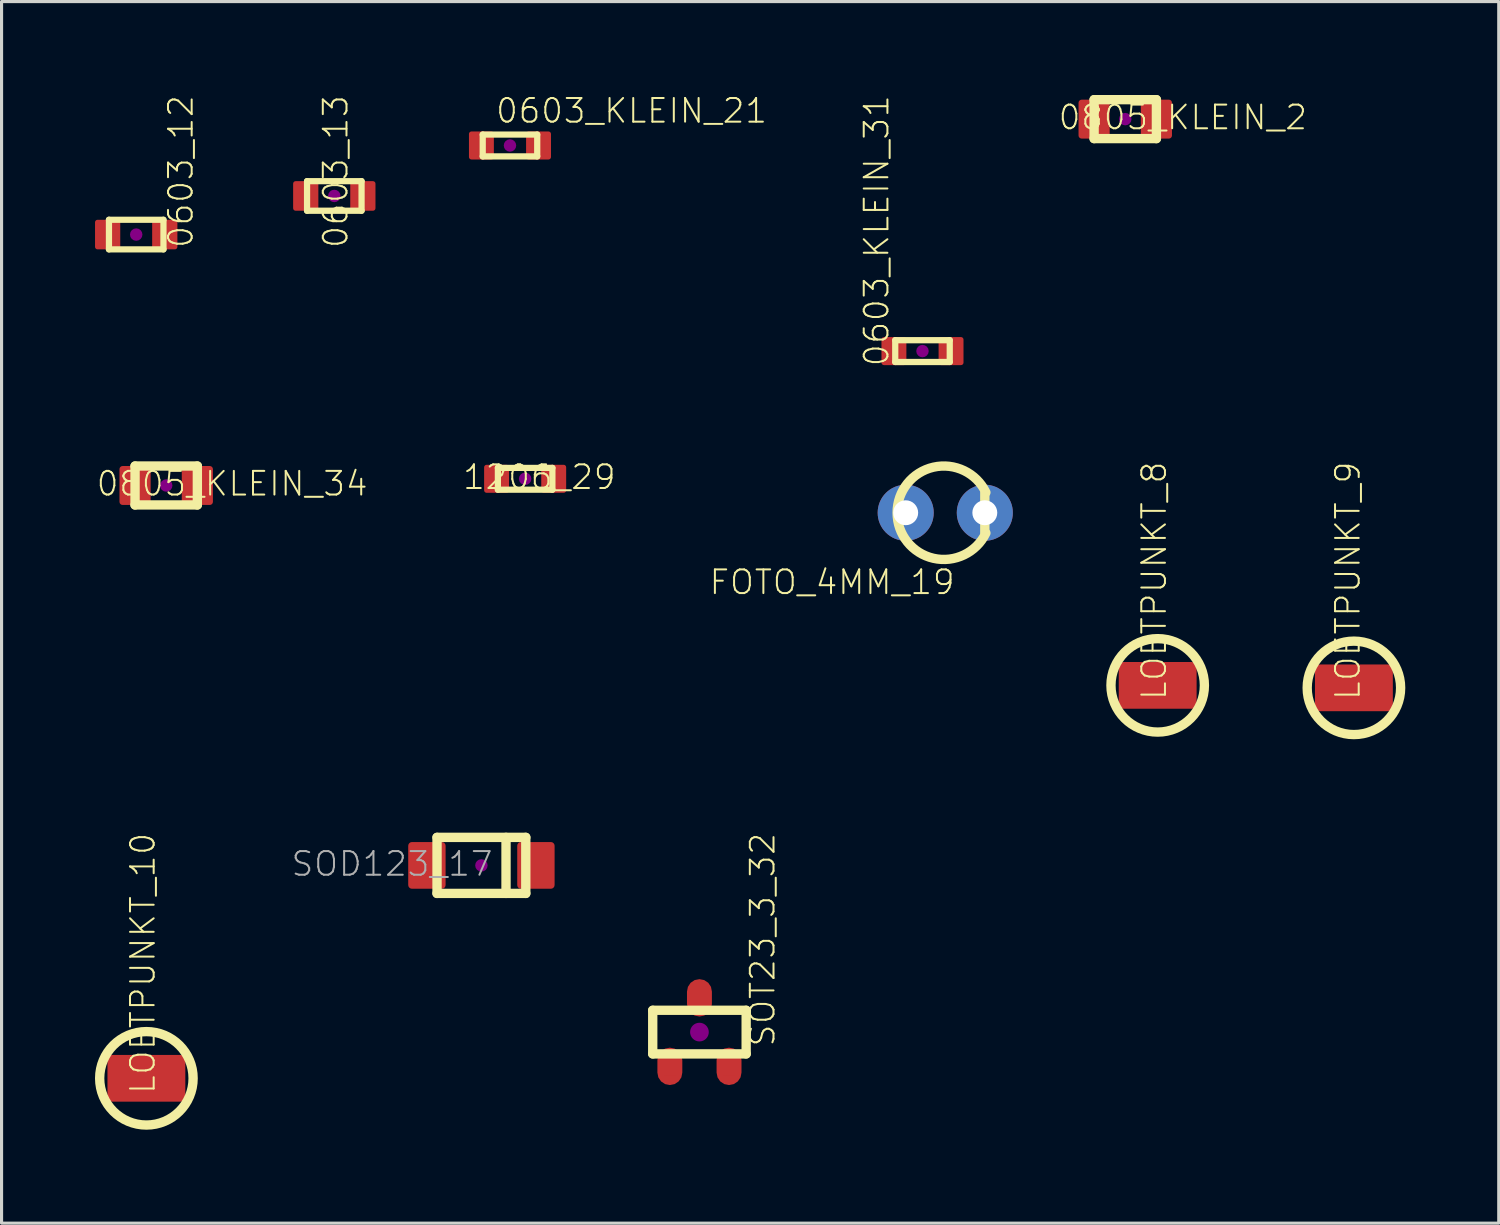
<source format=kicad_pcb>
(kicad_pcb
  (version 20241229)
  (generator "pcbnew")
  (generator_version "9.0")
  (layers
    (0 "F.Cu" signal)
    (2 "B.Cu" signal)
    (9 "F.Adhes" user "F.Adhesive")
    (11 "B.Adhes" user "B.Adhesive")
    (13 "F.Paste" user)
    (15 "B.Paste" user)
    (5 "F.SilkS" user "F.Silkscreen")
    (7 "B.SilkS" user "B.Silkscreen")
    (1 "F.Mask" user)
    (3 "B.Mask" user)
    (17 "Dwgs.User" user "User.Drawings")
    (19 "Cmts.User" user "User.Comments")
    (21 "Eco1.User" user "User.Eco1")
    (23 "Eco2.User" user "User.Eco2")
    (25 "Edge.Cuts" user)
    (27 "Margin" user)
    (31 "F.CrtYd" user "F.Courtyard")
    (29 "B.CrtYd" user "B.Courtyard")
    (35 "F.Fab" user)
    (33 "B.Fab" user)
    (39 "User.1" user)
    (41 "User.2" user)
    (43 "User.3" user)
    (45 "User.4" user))
  (footprint "0603_12"
    (layer "F.Cu")
    (at 1.323 4.481)
    (property "Reference" "0603_12" (at 1.877 0.481 90) (layer "F.SilkS") (effects (font (size 0.76 0.76) (thickness 0.064)) (justify left bottom)))
    (attr through_hole)
    (fp_line (start -0.875 -0.475) (end -0.875 0.475) (stroke (width 0.2) (type solid)) (layer "F.SilkS"))
    (fp_line (start -0.875 0.475) (end 0.875 0.475) (stroke (width 0.2) (type solid)) (layer "F.SilkS"))
    (fp_line (start 0.875 -0.475) (end -0.875 -0.475) (stroke (width 0.2) (type solid)) (layer "F.SilkS"))
    (fp_line (start 0.875 -0.475) (end 0.875 0.475) (stroke (width 0.2) (type solid)) (layer "F.SilkS"))
    (fp_circle (center 0 0) (end 0.1 0) (stroke (width 0.2) (type solid)) (fill no) (layer "F.Adhes"))
    (pad "1" smd roundrect (at -0.917 0 90) (size 0.95 0.81) (layers "F.Cu" "F.Mask" "F.Paste") (roundrect_rratio 0.1))
    (pad "2" smd roundrect (at 0.917 0 90) (size 0.95 0.81) (layers "F.Cu" "F.Mask" "F.Paste") (roundrect_rratio 0.1)))
  (footprint "SOD123_17"
    (layer "F.Cu")
    (at 12.406 24.734)
    (property "Reference" "SOD123_17" (at 0.412 0.396 0) (layer "F.Fab") (effects (font (size 0.76 0.76) (thickness 0.064)) (justify right bottom)))
    (attr through_hole)
    (fp_line (start -1.425 -0.9) (end 1.425 -0.9) (stroke (width 0.3) (type solid)) (layer "F.SilkS"))
    (fp_line (start -1.425 0.9) (end -1.425 -0.9) (stroke (width 0.3) (type solid)) (layer "F.SilkS"))
    (fp_line (start 0.79 -0.9) (end 0.79 0.9) (stroke (width 0.3) (type solid)) (layer "F.SilkS"))
    (fp_line (start 1.425 -0.9) (end 1.425 0.9) (stroke (width 0.3) (type solid)) (layer "F.SilkS"))
    (fp_line (start 1.425 0.9) (end -1.425 0.9) (stroke (width 0.3) (type solid)) (layer "F.SilkS"))
    (fp_circle (center 0 0) (end 0.1 0) (stroke (width 0.2) (type solid)) (fill no) (layer "F.Adhes"))
    (pad "1" smd roundrect (at 1.75 0) (size 1.2 1.5) (layers "F.Cu" "F.Mask" "F.Paste") (roundrect_rratio 0.1))
    (pad "2" smd roundrect (at -1.75 0) (size 1.2 1.5) (layers "F.Cu" "F.Mask" "F.Paste") (roundrect_rratio 0.1)))
  (footprint "LOETPUNKT_8"
    (layer "F.Cu")
    (at 34.118 18.954)
    (property "Reference" "LOETPUNKT_8" (at 0.33 0.52 90) (layer "F.SilkS") (effects (font (size 0.76 0.76) (thickness 0.064)) (justify left bottom)))
    (attr through_hole)
    (fp_circle (center 0 0) (end 1.5 0) (stroke (width 0.3) (type solid)) (fill no) (layer "F.SilkS"))
    (pad "1" smd roundrect (at 0 0) (size 2.5 1.5) (layers "F.Cu" "F.Mask" "F.Paste") (roundrect_rratio 0.1)))
  (footprint "SOT23_3_32"
    (layer "F.Cu")
    (at 19.406 30.086)
    (property "Reference" "SOT23_3_32" (at 2.474 0.514 90) (layer "F.SilkS") (effects (font (size 0.76 0.76) (thickness 0.064)) (justify left bottom)))
    (attr through_hole)
    (fp_poly (pts (xy -1.35 1.3) (xy -1.32 1.453) (xy -1.233 1.583) (xy -1.103 1.67) (xy -0.95 1.7) (xy -0.797 1.67) (xy -0.667 1.583) (xy -0.58 1.453) (xy -0.55 1.3) (xy -0.55 0.9) (xy -0.58 0.747) (xy -0.667 0.617) (xy -0.797 0.53) (xy -0.95 0.5) (xy -1.103 0.53) (xy -1.233 0.617) (xy -1.32 0.747) (xy -1.35 0.9)) (stroke (width 0) (type solid)) (fill yes) (layer "F.Cu"))
    (fp_poly (pts (xy -0.4 -0.9) (xy -0.37 -0.747) (xy -0.283 -0.617) (xy -0.153 -0.53) (xy 0 -0.5) (xy 0.153 -0.53) (xy 0.283 -0.617) (xy 0.37 -0.747) (xy 0.4 -0.9) (xy 0.4 -1.3) (xy 0.37 -1.453) (xy 0.283 -1.583) (xy 0.153 -1.67) (xy 0 -1.7) (xy -0.153 -1.67) (xy -0.283 -1.583) (xy -0.37 -1.453) (xy -0.4 -1.3)) (stroke (width 0) (type solid)) (fill yes) (layer "F.Cu"))
    (fp_poly (pts (xy 0.55 1.3) (xy 0.58 1.453) (xy 0.667 1.583) (xy 0.797 1.67) (xy 0.95 1.7) (xy 1.103 1.67) (xy 1.233 1.583) (xy 1.32 1.453) (xy 1.35 1.3) (xy 1.35 0.9) (xy 1.32 0.747) (xy 1.233 0.617) (xy 1.103 0.53) (xy 0.95 0.5) (xy 0.797 0.53) (xy 0.667 0.617) (xy 0.58 0.747) (xy 0.55 0.9)) (stroke (width 0) (type solid)) (fill yes) (layer "F.Cu"))
    (fp_line (start -1.5 -0.7) (end 1.5 -0.7) (stroke (width 0.3) (type solid)) (layer "F.SilkS"))
    (fp_line (start -1.5 0.7) (end -1.5 -0.7) (stroke (width 0.3) (type solid)) (layer "F.SilkS"))
    (fp_line (start 1.5 -0.7) (end 1.5 0.7) (stroke (width 0.3) (type solid)) (layer "F.SilkS"))
    (fp_line (start 1.5 0.7) (end -1.5 0.7) (stroke (width 0.3) (type solid)) (layer "F.SilkS"))
    (fp_circle (center 0 0) (end 0.15 0) (stroke (width 0.3) (type solid)) (fill no) (layer "F.Adhes"))
    (pad "1" smd rect (at -0.95 1.1) (size 0.4 0.6) (layers "F.Cu" "F.Mask" "F.Paste"))
    (pad "2" smd rect (at 0.95 1.1) (size 0.4 0.6) (layers "F.Cu" "F.Mask" "F.Paste"))
    (pad "3" smd rect (at 0 -1.1) (size 0.4 0.6) (layers "F.Cu" "F.Mask" "F.Paste")))
  (footprint "FOTO_4MM_19"
    (layer "F.Cu")
    (at 27.298 13.412)
    (property "Reference" "FOTO_4MM_19" (at 0.355 2.675 0) (layer "F.SilkS") (effects (font (size 0.76 0.76) (thickness 0.064)) (justify right bottom)))
    (attr through_hole)
    (fp_line (start 1.27 -0.635) (end 1.27 0.635) (stroke (width 0.3) (type solid)) (layer "F.SilkS"))
    (fp_arc (start 1.304933 0.651903) (mid -1.545999 0) (end 1.304933 -0.651904) (stroke (width 0.3) (type solid)) (layer "F.SilkS"))
    (pad "1" thru_hole circle (at -1.27 0) (size 1.8 1.8) (drill 0.8) (layers "*.Cu" "*.Mask"))
    (pad "2" thru_hole circle (at 1.27 0) (size 1.8 1.8) (drill 0.8) (layers "*.Cu" "*.Mask")))
  (footprint "LOETPUNKT_10"
    (layer "F.Cu")
    (at 1.65 31.57)
    (property "Reference" "LOETPUNKT_10" (at 0.33 0.55 90) (layer "F.SilkS") (effects (font (size 0.76 0.76) (thickness 0.064)) (justify left bottom)))
    (attr through_hole)
    (fp_circle (center 0 0) (end 1.5 0) (stroke (width 0.3) (type solid)) (fill no) (layer "F.SilkS"))
    (pad "1" smd roundrect (at 0 0) (size 2.5 1.5) (layers "F.Cu" "F.Mask" "F.Paste") (roundrect_rratio 0.1)))
  (footprint "0805_KLEIN_34"
    (layer "F.Cu")
    (at 2.286 12.537)
    (property "Reference" "0805_KLEIN_34" (at -2.286 0.387 0) (layer "F.SilkS") (effects (font (size 0.76 0.76) (thickness 0.064)) (justify left bottom)))
    (attr through_hole)
    (fp_line (start -1 -0.625) (end 1 -0.625) (stroke (width 0.3) (type solid)) (layer "F.SilkS"))
    (fp_line (start -1 0.625) (end -1 -0.625) (stroke (width 0.3) (type solid)) (layer "F.SilkS"))
    (fp_line (start 1 0.625) (end -1 0.625) (stroke (width 0.3) (type solid)) (layer "F.SilkS"))
    (fp_line (start 1 0.625) (end 1 -0.625) (stroke (width 0.3) (type solid)) (layer "F.SilkS"))
    (fp_circle (center 0 0) (end 0.1 0) (stroke (width 0.2) (type solid)) (fill no) (layer "F.Adhes"))
    (pad "1" smd roundrect (at 1 0 180) (size 1 1.25) (layers "F.Cu" "F.Mask" "F.Paste") (roundrect_rratio 0.1))
    (pad "2" smd roundrect (at -1 0 180) (size 1 1.25) (layers "F.Cu" "F.Mask" "F.Paste") (roundrect_rratio 0.1)))
  (footprint "0603_13"
    (layer "F.Cu")
    (at 7.683 3.241)
    (property "Reference" "0603_13" (at 0.487 1.721 90) (layer "F.SilkS") (effects (font (size 0.76 0.76) (thickness 0.064)) (justify left bottom)))
    (attr through_hole)
    (fp_line (start -0.875 -0.475) (end -0.875 0.475) (stroke (width 0.2) (type solid)) (layer "F.SilkS"))
    (fp_line (start -0.875 0.475) (end 0.875 0.475) (stroke (width 0.2) (type solid)) (layer "F.SilkS"))
    (fp_line (start 0.875 -0.475) (end -0.875 -0.475) (stroke (width 0.2) (type solid)) (layer "F.SilkS"))
    (fp_line (start 0.875 -0.475) (end 0.875 0.475) (stroke (width 0.2) (type solid)) (layer "F.SilkS"))
    (fp_circle (center 0 0) (end 0.1 0) (stroke (width 0.2) (type solid)) (fill no) (layer "F.Adhes"))
    (pad "1" smd roundrect (at -0.917 0 90) (size 0.95 0.81) (layers "F.Cu" "F.Mask" "F.Paste") (roundrect_rratio 0.1))
    (pad "2" smd roundrect (at 0.917 0 90) (size 0.95 0.81) (layers "F.Cu" "F.Mask" "F.Paste") (roundrect_rratio 0.1)))
  (footprint "LOETPUNKT_9"
    (layer "F.Cu")
    (at 40.418 19.034)
    (property "Reference" "LOETPUNKT_9" (at 0.25 0.44 90) (layer "F.SilkS") (effects (font (size 0.76 0.76) (thickness 0.064)) (justify left bottom)))
    (attr through_hole)
    (fp_circle (center 0 0) (end 1.5 0) (stroke (width 0.3) (type solid)) (fill no) (layer "F.SilkS"))
    (pad "1" smd roundrect (at 0 0) (size 2.5 1.5) (layers "F.Cu" "F.Mask" "F.Paste") (roundrect_rratio 0.1)))
  (footprint "0603_KLEIN_21"
    (layer "F.Cu")
    (at 13.323 1.621)
    (property "Reference" "0603_KLEIN_21" (at -0.5 -0.669 0) (layer "F.SilkS") (effects (font (size 0.76 0.76) (thickness 0.064)) (justify left bottom)))
    (attr through_hole)
    (fp_line (start -0.875 0.35) (end -0.875 -0.35) (stroke (width 0.2) (type solid)) (layer "F.SilkS"))
    (fp_line (start -0.875 0.35) (end 0.875 0.35) (stroke (width 0.2) (type solid)) (layer "F.SilkS"))
    (fp_line (start 0.875 -0.35) (end -0.875 -0.35) (stroke (width 0.2) (type solid)) (layer "F.SilkS"))
    (fp_line (start 0.875 0.35) (end 0.875 -0.35) (stroke (width 0.2) (type solid)) (layer "F.SilkS"))
    (fp_circle (center 0 0) (end 0.1 0) (stroke (width 0.2) (type solid)) (fill no) (layer "F.Adhes"))
    (pad "1" smd roundrect (at -0.917 0 90) (size 0.9 0.8) (layers "F.Cu" "F.Mask" "F.Paste") (roundrect_rratio 0.1))
    (pad "2" smd roundrect (at 0.917 0 90) (size 0.9 0.8) (layers "F.Cu" "F.Mask" "F.Paste") (roundrect_rratio 0.1)))
  (footprint "0805_KLEIN_2"
    (layer "F.Cu")
    (at 33.077 0.775)
    (property "Reference" "0805_KLEIN_2" (at -2.192 0.389 0) (layer "F.SilkS") (effects (font (size 0.76 0.76) (thickness 0.064)) (justify left bottom)))
    (attr through_hole)
    (fp_line (start -1 -0.625) (end 1 -0.625) (stroke (width 0.3) (type solid)) (layer "F.SilkS"))
    (fp_line (start -1 0.625) (end -1 -0.625) (stroke (width 0.3) (type solid)) (layer "F.SilkS"))
    (fp_line (start 1 0.625) (end -1 0.625) (stroke (width 0.3) (type solid)) (layer "F.SilkS"))
    (fp_line (start 1 0.625) (end 1 -0.625) (stroke (width 0.3) (type solid)) (layer "F.SilkS"))
    (fp_circle (center 0 0) (end 0.1 0) (stroke (width 0.2) (type solid)) (fill no) (layer "F.Adhes"))
    (pad "1" smd roundrect (at 1 0 180) (size 1 1.25) (layers "F.Cu" "F.Mask" "F.Paste") (roundrect_rratio 0.1))
    (pad "2" smd roundrect (at -1 0 180) (size 1 1.25) (layers "F.Cu" "F.Mask" "F.Paste") (roundrect_rratio 0.1)))
  (footprint "0603_KLEIN_31"
    (layer "F.Cu")
    (at 26.567 8.222)
    (property "Reference" "0603_KLEIN_31" (at -1.03 0.54 90) (layer "F.SilkS") (effects (font (size 0.76 0.76) (thickness 0.064)) (justify left bottom)))
    (attr through_hole)
    (fp_line (start -0.875 0.35) (end -0.875 -0.35) (stroke (width 0.2) (type solid)) (layer "F.SilkS"))
    (fp_line (start -0.875 0.35) (end 0.875 0.35) (stroke (width 0.2) (type solid)) (layer "F.SilkS"))
    (fp_line (start 0.875 -0.35) (end -0.875 -0.35) (stroke (width 0.2) (type solid)) (layer "F.SilkS"))
    (fp_line (start 0.875 0.35) (end 0.875 -0.35) (stroke (width 0.2) (type solid)) (layer "F.SilkS"))
    (fp_circle (center 0 0) (end 0.1 0) (stroke (width 0.2) (type solid)) (fill no) (layer "F.Adhes"))
    (pad "1" smd roundrect (at -0.917 0 90) (size 0.9 0.8) (layers "F.Cu" "F.Mask" "F.Paste") (roundrect_rratio 0.1))
    (pad "2" smd roundrect (at 0.917 0 90) (size 0.9 0.8) (layers "F.Cu" "F.Mask" "F.Paste") (roundrect_rratio 0.1)))
  (footprint "1206_29"
    (layer "F.Cu")
    (at 13.81 12.322)
    (property "Reference" "1206_29" (at -2.048 0.392 0) (layer "F.SilkS") (effects (font (size 0.76 0.76) (thickness 0.064)) (justify left bottom)))
    (attr through_hole)
    (fp_line (start -0.875 0.35) (end -0.875 -0.35) (stroke (width 0.2) (type solid)) (layer "F.SilkS"))
    (fp_line (start -0.875 0.35) (end 0.875 0.35) (stroke (width 0.2) (type solid)) (layer "F.SilkS"))
    (fp_line (start 0.875 -0.35) (end -0.875 -0.35) (stroke (width 0.2) (type solid)) (layer "F.SilkS"))
    (fp_line (start 0.875 0.35) (end 0.875 -0.35) (stroke (width 0.2) (type solid)) (layer "F.SilkS"))
    (fp_circle (center 0 0) (end 0.1 0) (stroke (width 0.2) (type solid)) (fill no) (layer "F.Adhes"))
    (pad "1" smd roundrect (at -0.917 0 90) (size 0.9 0.8) (layers "F.Cu" "F.Mask" "F.Paste") (roundrect_rratio 0.1))
    (pad "2" smd roundrect (at 0.917 0 90) (size 0.9 0.8) (layers "F.Cu" "F.Mask" "F.Paste") (roundrect_rratio 0.1)))
  (gr_rect
    (start -3 -3)
    (end 45.068 36.22)
    (stroke (width 0.1) (type default))
    (fill no)
    (layer "Edge.Cuts")))
</source>
